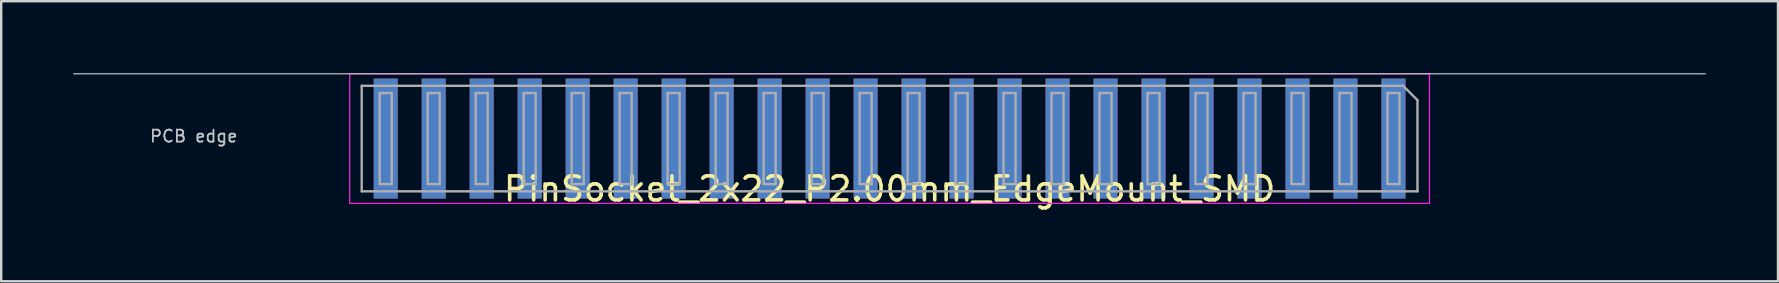
<source format=kicad_pcb>
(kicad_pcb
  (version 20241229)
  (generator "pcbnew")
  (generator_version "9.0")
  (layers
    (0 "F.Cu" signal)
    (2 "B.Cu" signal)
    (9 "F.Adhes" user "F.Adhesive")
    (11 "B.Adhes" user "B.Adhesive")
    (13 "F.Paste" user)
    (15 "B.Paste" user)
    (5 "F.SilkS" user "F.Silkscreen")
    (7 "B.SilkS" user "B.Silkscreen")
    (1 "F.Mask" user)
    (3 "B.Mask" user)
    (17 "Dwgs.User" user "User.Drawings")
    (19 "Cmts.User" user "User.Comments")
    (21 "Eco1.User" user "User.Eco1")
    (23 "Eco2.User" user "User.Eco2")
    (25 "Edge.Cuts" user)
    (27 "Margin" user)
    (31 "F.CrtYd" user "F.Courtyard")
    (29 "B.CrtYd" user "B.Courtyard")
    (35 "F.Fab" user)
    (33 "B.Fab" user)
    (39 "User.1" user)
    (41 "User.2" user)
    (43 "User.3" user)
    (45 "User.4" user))
  (footprint "PinSocket_2x22_P2.00mm_EdgeMount_SMD"
    (layer "F.Cu")
    (at 34.025 2.725)
    (property "Reference" "PinSocket_2x22_P2.00mm_EdgeMount_SMD" (at 0 2.1 180) (layer "F.SilkS") (effects (font (size 1 1) (thickness 0.15))))
    (attr smd)
    (fp_line (start -34 -2.7) (end 34 -2.7) (stroke (width 0.05) (type solid)) (layer "Dwgs.User"))
    (fp_line (start -22.5 -2.7) (end -22.5 2.7) (stroke (width 0.05) (type solid)) (layer "F.CrtYd"))
    (fp_line (start -22.5 2.7) (end 22.5 2.7) (stroke (width 0.05) (type solid)) (layer "F.CrtYd"))
    (fp_line (start 22.5 -2.7) (end -22.5 -2.7) (stroke (width 0.05) (type solid)) (layer "F.CrtYd"))
    (fp_line (start 22.5 2.7) (end 22.5 -2.7) (stroke (width 0.05) (type solid)) (layer "F.CrtYd"))
    (fp_line (start -22 -2.2) (end 21.4 -2.2) (stroke (width 0.1) (type solid)) (layer "F.Fab"))
    (fp_line (start -22 2.2) (end -22 -2.2) (stroke (width 0.1) (type solid)) (layer "F.Fab"))
    (fp_line (start -21.25 -1.9) (end -21.25 1.9) (stroke (width 0.1) (type solid)) (layer "F.Fab"))
    (fp_line (start -20.75 -1.9) (end -21.25 -1.9) (stroke (width 0.1) (type solid)) (layer "F.Fab"))
    (fp_line (start -20.75 1.9) (end -21.25 1.9) (stroke (width 0.1) (type solid)) (layer "F.Fab"))
    (fp_line (start -20.75 1.9) (end -20.75 -1.9) (stroke (width 0.1) (type solid)) (layer "F.Fab"))
    (fp_line (start -19.25 -1.9) (end -19.25 1.9) (stroke (width 0.1) (type solid)) (layer "F.Fab"))
    (fp_line (start -18.75 -1.9) (end -19.25 -1.9) (stroke (width 0.1) (type solid)) (layer "F.Fab"))
    (fp_line (start -18.75 1.9) (end -19.25 1.9) (stroke (width 0.1) (type solid)) (layer "F.Fab"))
    (fp_line (start -18.75 1.9) (end -18.75 -1.9) (stroke (width 0.1) (type solid)) (layer "F.Fab"))
    (fp_line (start -17.25 -1.9) (end -17.25 1.9) (stroke (width 0.1) (type solid)) (layer "F.Fab"))
    (fp_line (start -16.75 -1.9) (end -17.25 -1.9) (stroke (width 0.1) (type solid)) (layer "F.Fab"))
    (fp_line (start -16.75 1.9) (end -17.25 1.9) (stroke (width 0.1) (type solid)) (layer "F.Fab"))
    (fp_line (start -16.75 1.9) (end -16.75 -1.9) (stroke (width 0.1) (type solid)) (layer "F.Fab"))
    (fp_line (start -15.25 -1.9) (end -15.25 1.9) (stroke (width 0.1) (type solid)) (layer "F.Fab"))
    (fp_line (start -14.75 -1.9) (end -15.25 -1.9) (stroke (width 0.1) (type solid)) (layer "F.Fab"))
    (fp_line (start -14.75 1.9) (end -15.25 1.9) (stroke (width 0.1) (type solid)) (layer "F.Fab"))
    (fp_line (start -14.75 1.9) (end -14.75 -1.9) (stroke (width 0.1) (type solid)) (layer "F.Fab"))
    (fp_line (start -13.25 -1.9) (end -13.25 1.9) (stroke (width 0.1) (type solid)) (layer "F.Fab"))
    (fp_line (start -12.75 -1.9) (end -13.25 -1.9) (stroke (width 0.1) (type solid)) (layer "F.Fab"))
    (fp_line (start -12.75 1.9) (end -13.25 1.9) (stroke (width 0.1) (type solid)) (layer "F.Fab"))
    (fp_line (start -12.75 1.9) (end -12.75 -1.9) (stroke (width 0.1) (type solid)) (layer "F.Fab"))
    (fp_line (start -11.25 -1.9) (end -11.25 1.9) (stroke (width 0.1) (type solid)) (layer "F.Fab"))
    (fp_line (start -10.75 -1.9) (end -11.25 -1.9) (stroke (width 0.1) (type solid)) (layer "F.Fab"))
    (fp_line (start -10.75 1.9) (end -11.25 1.9) (stroke (width 0.1) (type solid)) (layer "F.Fab"))
    (fp_line (start -10.75 1.9) (end -10.75 -1.9) (stroke (width 0.1) (type solid)) (layer "F.Fab"))
    (fp_line (start -9.25 -1.9) (end -9.25 1.9) (stroke (width 0.1) (type solid)) (layer "F.Fab"))
    (fp_line (start -8.75 -1.9) (end -9.25 -1.9) (stroke (width 0.1) (type solid)) (layer "F.Fab"))
    (fp_line (start -8.75 1.9) (end -9.25 1.9) (stroke (width 0.1) (type solid)) (layer "F.Fab"))
    (fp_line (start -8.75 1.9) (end -8.75 -1.9) (stroke (width 0.1) (type solid)) (layer "F.Fab"))
    (fp_line (start -7.25 -1.9) (end -7.25 1.9) (stroke (width 0.1) (type solid)) (layer "F.Fab"))
    (fp_line (start -6.75 -1.9) (end -7.25 -1.9) (stroke (width 0.1) (type solid)) (layer "F.Fab"))
    (fp_line (start -6.75 1.9) (end -7.25 1.9) (stroke (width 0.1) (type solid)) (layer "F.Fab"))
    (fp_line (start -6.75 1.9) (end -6.75 -1.9) (stroke (width 0.1) (type solid)) (layer "F.Fab"))
    (fp_line (start -5.25 -1.9) (end -5.25 1.9) (stroke (width 0.1) (type solid)) (layer "F.Fab"))
    (fp_line (start -4.75 -1.9) (end -5.25 -1.9) (stroke (width 0.1) (type solid)) (layer "F.Fab"))
    (fp_line (start -4.75 1.9) (end -5.25 1.9) (stroke (width 0.1) (type solid)) (layer "F.Fab"))
    (fp_line (start -4.75 1.9) (end -4.75 -1.9) (stroke (width 0.1) (type solid)) (layer "F.Fab"))
    (fp_line (start -3.25 -1.9) (end -3.25 1.9) (stroke (width 0.1) (type solid)) (layer "F.Fab"))
    (fp_line (start -2.75 -1.9) (end -3.25 -1.9) (stroke (width 0.1) (type solid)) (layer "F.Fab"))
    (fp_line (start -2.75 1.9) (end -3.25 1.9) (stroke (width 0.1) (type solid)) (layer "F.Fab"))
    (fp_line (start -2.75 1.9) (end -2.75 -1.9) (stroke (width 0.1) (type solid)) (layer "F.Fab"))
    (fp_line (start -1.25 -1.9) (end -1.25 1.9) (stroke (width 0.1) (type solid)) (layer "F.Fab"))
    (fp_line (start -0.75 -1.9) (end -1.25 -1.9) (stroke (width 0.1) (type solid)) (layer "F.Fab"))
    (fp_line (start -0.75 1.9) (end -1.25 1.9) (stroke (width 0.1) (type solid)) (layer "F.Fab"))
    (fp_line (start -0.75 1.9) (end -0.75 -1.9) (stroke (width 0.1) (type solid)) (layer "F.Fab"))
    (fp_line (start 0.75 -1.9) (end 0.75 1.9) (stroke (width 0.1) (type solid)) (layer "F.Fab"))
    (fp_line (start 1.25 -1.9) (end 0.75 -1.9) (stroke (width 0.1) (type solid)) (layer "F.Fab"))
    (fp_line (start 1.25 1.9) (end 0.75 1.9) (stroke (width 0.1) (type solid)) (layer "F.Fab"))
    (fp_line (start 1.25 1.9) (end 1.25 -1.9) (stroke (width 0.1) (type solid)) (layer "F.Fab"))
    (fp_line (start 2.75 -1.9) (end 2.75 1.9) (stroke (width 0.1) (type solid)) (layer "F.Fab"))
    (fp_line (start 3.25 -1.9) (end 2.75 -1.9) (stroke (width 0.1) (type solid)) (layer "F.Fab"))
    (fp_line (start 3.25 1.9) (end 2.75 1.9) (stroke (width 0.1) (type solid)) (layer "F.Fab"))
    (fp_line (start 3.25 1.9) (end 3.25 -1.9) (stroke (width 0.1) (type solid)) (layer "F.Fab"))
    (fp_line (start 4.75 -1.9) (end 4.75 1.9) (stroke (width 0.1) (type solid)) (layer "F.Fab"))
    (fp_line (start 5.25 -1.9) (end 4.75 -1.9) (stroke (width 0.1) (type solid)) (layer "F.Fab"))
    (fp_line (start 5.25 1.9) (end 4.75 1.9) (stroke (width 0.1) (type solid)) (layer "F.Fab"))
    (fp_line (start 5.25 1.9) (end 5.25 -1.9) (stroke (width 0.1) (type solid)) (layer "F.Fab"))
    (fp_line (start 6.75 -1.9) (end 6.75 1.9) (stroke (width 0.1) (type solid)) (layer "F.Fab"))
    (fp_line (start 7.25 -1.9) (end 6.75 -1.9) (stroke (width 0.1) (type solid)) (layer "F.Fab"))
    (fp_line (start 7.25 1.9) (end 6.75 1.9) (stroke (width 0.1) (type solid)) (layer "F.Fab"))
    (fp_line (start 7.25 1.9) (end 7.25 -1.9) (stroke (width 0.1) (type solid)) (layer "F.Fab"))
    (fp_line (start 8.75 -1.9) (end 8.75 1.9) (stroke (width 0.1) (type solid)) (layer "F.Fab"))
    (fp_line (start 9.25 -1.9) (end 8.75 -1.9) (stroke (width 0.1) (type solid)) (layer "F.Fab"))
    (fp_line (start 9.25 1.9) (end 8.75 1.9) (stroke (width 0.1) (type solid)) (layer "F.Fab"))
    (fp_line (start 9.25 1.9) (end 9.25 -1.9) (stroke (width 0.1) (type solid)) (layer "F.Fab"))
    (fp_line (start 10.75 -1.9) (end 10.75 1.9) (stroke (width 0.1) (type solid)) (layer "F.Fab"))
    (fp_line (start 11.25 -1.9) (end 10.75 -1.9) (stroke (width 0.1) (type solid)) (layer "F.Fab"))
    (fp_line (start 11.25 1.9) (end 10.75 1.9) (stroke (width 0.1) (type solid)) (layer "F.Fab"))
    (fp_line (start 11.25 1.9) (end 11.25 -1.9) (stroke (width 0.1) (type solid)) (layer "F.Fab"))
    (fp_line (start 12.75 -1.9) (end 12.75 1.9) (stroke (width 0.1) (type solid)) (layer "F.Fab"))
    (fp_line (start 13.25 -1.9) (end 12.75 -1.9) (stroke (width 0.1) (type solid)) (layer "F.Fab"))
    (fp_line (start 13.25 1.9) (end 12.75 1.9) (stroke (width 0.1) (type solid)) (layer "F.Fab"))
    (fp_line (start 13.25 1.9) (end 13.25 -1.9) (stroke (width 0.1) (type solid)) (layer "F.Fab"))
    (fp_line (start 14.75 -1.9) (end 14.75 1.9) (stroke (width 0.1) (type solid)) (layer "F.Fab"))
    (fp_line (start 15.25 -1.9) (end 14.75 -1.9) (stroke (width 0.1) (type solid)) (layer "F.Fab"))
    (fp_line (start 15.25 1.9) (end 14.75 1.9) (stroke (width 0.1) (type solid)) (layer "F.Fab"))
    (fp_line (start 15.25 1.9) (end 15.25 -1.9) (stroke (width 0.1) (type solid)) (layer "F.Fab"))
    (fp_line (start 16.75 -1.9) (end 16.75 1.9) (stroke (width 0.1) (type solid)) (layer "F.Fab"))
    (fp_line (start 17.25 -1.9) (end 16.75 -1.9) (stroke (width 0.1) (type solid)) (layer "F.Fab"))
    (fp_line (start 17.25 1.9) (end 16.75 1.9) (stroke (width 0.1) (type solid)) (layer "F.Fab"))
    (fp_line (start 17.25 1.9) (end 17.25 -1.9) (stroke (width 0.1) (type solid)) (layer "F.Fab"))
    (fp_line (start 18.75 -1.9) (end 18.75 1.9) (stroke (width 0.1) (type solid)) (layer "F.Fab"))
    (fp_line (start 19.25 -1.9) (end 18.75 -1.9) (stroke (width 0.1) (type solid)) (layer "F.Fab"))
    (fp_line (start 19.25 1.9) (end 18.75 1.9) (stroke (width 0.1) (type solid)) (layer "F.Fab"))
    (fp_line (start 19.25 1.9) (end 19.25 -1.9) (stroke (width 0.1) (type solid)) (layer "F.Fab"))
    (fp_line (start 20.75 -1.9) (end 20.75 1.9) (stroke (width 0.1) (type solid)) (layer "F.Fab"))
    (fp_line (start 21.25 -1.9) (end 20.75 -1.9) (stroke (width 0.1) (type solid)) (layer "F.Fab"))
    (fp_line (start 21.25 1.9) (end 20.75 1.9) (stroke (width 0.1) (type solid)) (layer "F.Fab"))
    (fp_line (start 21.25 1.9) (end 21.25 -1.9) (stroke (width 0.1) (type solid)) (layer "F.Fab"))
    (fp_line (start 21.4 -2.2) (end 22 -1.6) (stroke (width 0.1) (type solid)) (layer "F.Fab"))
    (fp_line (start 22 -1.6) (end 22 2.2) (stroke (width 0.1) (type solid)) (layer "F.Fab"))
    (fp_line (start 22 2.2) (end -22 2.2) (stroke (width 0.1) (type solid)) (layer "F.Fab"))
    (fp_text user "PCB edge" (at -29 -0.1 180) (layer "Dwgs.User") (effects (font (size 0.5 0.5) (thickness 0.075))))
    (pad "1" smd rect (at 21 0 270) (size 5 1) (layers "F.Cu" "F.Mask" "F.Paste"))
    (pad "2" smd rect (at 21 0 90) (size 5 1) (layers "B.Cu" "B.Mask" "B.Paste"))
    (pad "3" smd rect (at 19 0 270) (size 5 1) (layers "F.Cu" "F.Mask" "F.Paste"))
    (pad "4" smd rect (at 19 0 90) (size 5 1) (layers "B.Cu" "B.Mask" "B.Paste"))
    (pad "5" smd rect (at 17 0 270) (size 5 1) (layers "F.Cu" "F.Mask" "F.Paste"))
    (pad "6" smd rect (at 17 0 90) (size 5 1) (layers "B.Cu" "B.Mask" "B.Paste"))
    (pad "7" smd rect (at 15 0 270) (size 5 1) (layers "F.Cu" "F.Mask" "F.Paste"))
    (pad "8" smd rect (at 15 0 90) (size 5 1) (layers "B.Cu" "B.Mask" "B.Paste"))
    (pad "9" smd rect (at 13 0 270) (size 5 1) (layers "F.Cu" "F.Mask" "F.Paste"))
    (pad "10" smd rect (at 13 0 90) (size 5 1) (layers "B.Cu" "B.Mask" "B.Paste"))
    (pad "11" smd rect (at 11 0 270) (size 5 1) (layers "F.Cu" "F.Mask" "F.Paste"))
    (pad "12" smd rect (at 11 0 90) (size 5 1) (layers "B.Cu" "B.Mask" "B.Paste"))
    (pad "13" smd rect (at 9 0 270) (size 5 1) (layers "F.Cu" "F.Mask" "F.Paste"))
    (pad "14" smd rect (at 9 0 90) (size 5 1) (layers "B.Cu" "B.Mask" "B.Paste"))
    (pad "15" smd rect (at 7 0 270) (size 5 1) (layers "F.Cu" "F.Mask" "F.Paste"))
    (pad "16" smd rect (at 7 0 90) (size 5 1) (layers "B.Cu" "B.Mask" "B.Paste"))
    (pad "17" smd rect (at 5 0 270) (size 5 1) (layers "F.Cu" "F.Mask" "F.Paste"))
    (pad "18" smd rect (at 5 0 90) (size 5 1) (layers "B.Cu" "B.Mask" "B.Paste"))
    (pad "19" smd rect (at 3 0 270) (size 5 1) (layers "F.Cu" "F.Mask" "F.Paste"))
    (pad "20" smd rect (at 3 0 90) (size 5 1) (layers "B.Cu" "B.Mask" "B.Paste"))
    (pad "21" smd rect (at 1 0 270) (size 5 1) (layers "F.Cu" "F.Mask" "F.Paste"))
    (pad "22" smd rect (at 1 0 90) (size 5 1) (layers "B.Cu" "B.Mask" "B.Paste"))
    (pad "23" smd rect (at -1 0 270) (size 5 1) (layers "F.Cu" "F.Mask" "F.Paste"))
    (pad "24" smd rect (at -1 0 90) (size 5 1) (layers "B.Cu" "B.Mask" "B.Paste"))
    (pad "25" smd rect (at -3 0 270) (size 5 1) (layers "F.Cu" "F.Mask" "F.Paste"))
    (pad "26" smd rect (at -3 0 90) (size 5 1) (layers "B.Cu" "B.Mask" "B.Paste"))
    (pad "27" smd rect (at -5 0 270) (size 5 1) (layers "F.Cu" "F.Mask" "F.Paste"))
    (pad "28" smd rect (at -5 0 90) (size 5 1) (layers "B.Cu" "B.Mask" "B.Paste"))
    (pad "29" smd rect (at -7 0 270) (size 5 1) (layers "F.Cu" "F.Mask" "F.Paste"))
    (pad "30" smd rect (at -7 0 90) (size 5 1) (layers "B.Cu" "B.Mask" "B.Paste"))
    (pad "31" smd rect (at -9 0 270) (size 5 1) (layers "F.Cu" "F.Mask" "F.Paste"))
    (pad "32" smd rect (at -9 0 90) (size 5 1) (layers "B.Cu" "B.Mask" "B.Paste"))
    (pad "33" smd rect (at -11 0 270) (size 5 1) (layers "F.Cu" "F.Mask" "F.Paste"))
    (pad "34" smd rect (at -11 0 90) (size 5 1) (layers "B.Cu" "B.Mask" "B.Paste"))
    (pad "35" smd rect (at -13 0 270) (size 5 1) (layers "F.Cu" "F.Mask" "F.Paste"))
    (pad "36" smd rect (at -13 0 90) (size 5 1) (layers "B.Cu" "B.Mask" "B.Paste"))
    (pad "37" smd rect (at -15 0 270) (size 5 1) (layers "F.Cu" "F.Mask" "F.Paste"))
    (pad "38" smd rect (at -15 0 90) (size 5 1) (layers "B.Cu" "B.Mask" "B.Paste"))
    (pad "39" smd rect (at -17 0 270) (size 5 1) (layers "F.Cu" "F.Mask" "F.Paste"))
    (pad "40" smd rect (at -17 0 90) (size 5 1) (layers "B.Cu" "B.Mask" "B.Paste"))
    (pad "41" smd rect (at -19 0 270) (size 5 1) (layers "F.Cu" "F.Mask" "F.Paste"))
    (pad "42" smd rect (at -19 0 90) (size 5 1) (layers "B.Cu" "B.Mask" "B.Paste"))
    (pad "43" smd rect (at -21 0 270) (size 5 1) (layers "F.Cu" "F.Mask" "F.Paste"))
    (pad "44" smd rect (at -21 0 90) (size 5 1) (layers "B.Cu" "B.Mask" "B.Paste")))
  (gr_rect
    (start -3 -3)
    (end 71.05 8.673)
    (stroke (width 0.1) (type default))
    (fill no)
    (layer "Edge.Cuts")))
</source>
